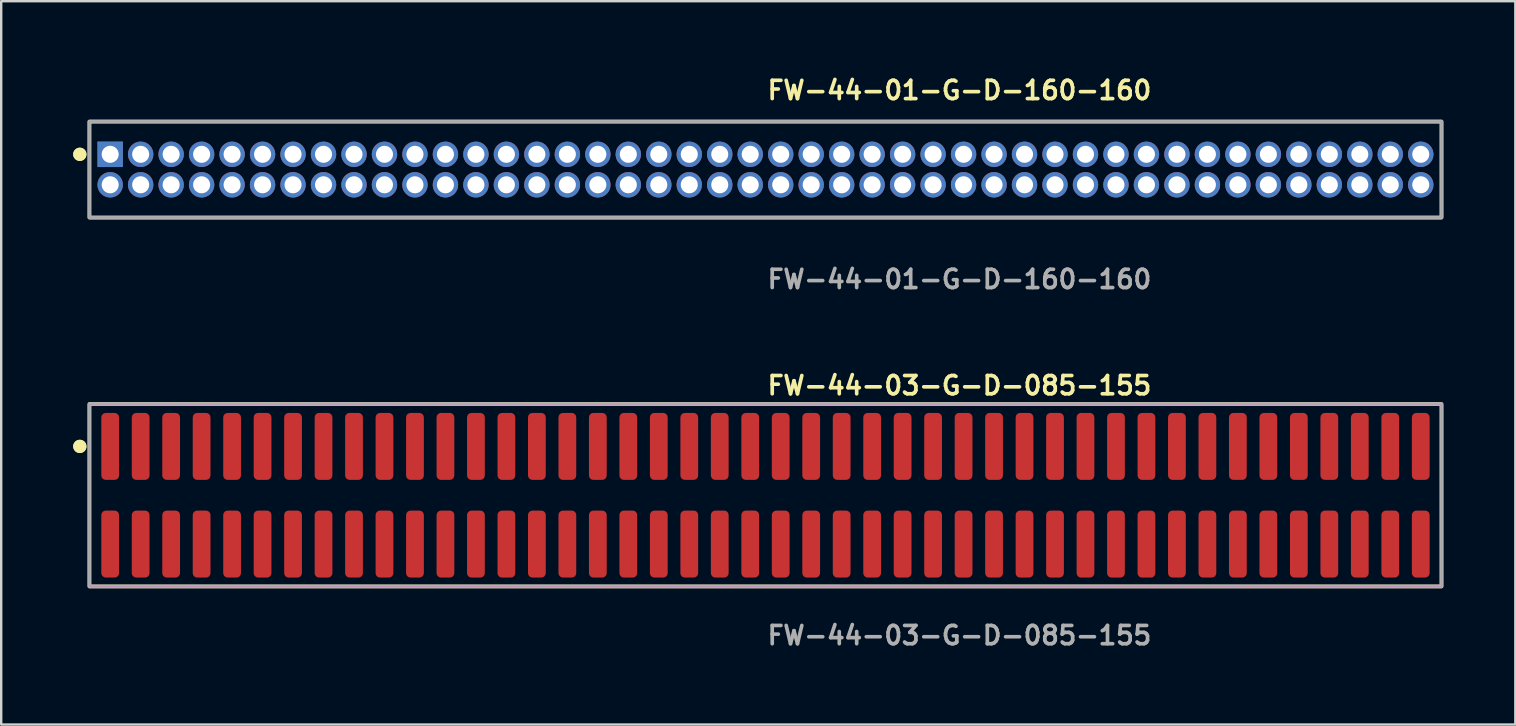
<source format=kicad_pcb>
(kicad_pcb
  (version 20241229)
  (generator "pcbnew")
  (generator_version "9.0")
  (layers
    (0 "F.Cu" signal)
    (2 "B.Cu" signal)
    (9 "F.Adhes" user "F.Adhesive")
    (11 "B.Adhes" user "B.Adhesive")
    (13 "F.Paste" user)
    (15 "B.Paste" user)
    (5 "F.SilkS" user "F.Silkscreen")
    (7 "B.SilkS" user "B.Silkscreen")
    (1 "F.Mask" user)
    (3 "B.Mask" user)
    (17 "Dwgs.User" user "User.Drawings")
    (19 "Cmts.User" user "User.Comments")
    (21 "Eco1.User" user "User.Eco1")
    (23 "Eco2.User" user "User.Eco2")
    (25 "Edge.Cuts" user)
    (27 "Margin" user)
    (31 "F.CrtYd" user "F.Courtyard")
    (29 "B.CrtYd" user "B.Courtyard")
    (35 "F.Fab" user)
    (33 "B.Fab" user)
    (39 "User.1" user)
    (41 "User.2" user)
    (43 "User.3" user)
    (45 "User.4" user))
  (footprint "FW-44-01-G-D-160-160"
    (layer "F.Cu")
    (at 28.846 4.015)
    (property "Reference" "FW-44-01-G-D-160-160" (at 0 -3.302 0) (unlocked yes) (layer "F.SilkS") (effects (font (size 0.762 0.762) (thickness 0.152)) (justify left)))
    (fp_rect (start -28.17 2) (end 28.17 -2) (stroke (width 0.152) (type solid)) (fill no) (layer "F.SilkS"))
    (fp_circle (center -28.57 -0.635) (end -28.77 -0.635) (stroke (width 0.152) (type solid)) (fill yes) (layer "F.SilkS"))
    (fp_circle (center -28.57 -0.635) (end -28.77 -0.635) (stroke (width 0.152) (type solid)) (fill yes) (layer "F.SilkS"))
    (fp_rect (start -28.17 2) (end 28.17 -2) (stroke (width 0.006) (type solid)) (fill no) (layer "F.CrtYd"))
    (fp_rect (start -28.17 2) (end 28.17 -2) (stroke (width 0.152) (type solid)) (fill no) (layer "F.Fab"))
    (fp_text user "${REFERENCE}" (at 0 4.572 0) (unlocked yes) (layer "F.Fab") (effects (font (size 0.762 0.762) (thickness 0.152)) (justify left)))
    (pad "1" thru_hole rect (at -27.305 -0.635) (size 1.06 1.06) (drill 0.71) (layers "*.Cu" "*.Mask"))
    (pad "2" thru_hole circle (at -27.305 0.635) (size 1.06 1.06) (drill 0.71) (layers "*.Cu" "*.Mask"))
    (pad "3" thru_hole circle (at -26.035 -0.635) (size 1.06 1.06) (drill 0.71) (layers "*.Cu" "*.Mask"))
    (pad "4" thru_hole circle (at -26.035 0.635) (size 1.06 1.06) (drill 0.71) (layers "*.Cu" "*.Mask"))
    (pad "5" thru_hole circle (at -24.765 -0.635) (size 1.06 1.06) (drill 0.71) (layers "*.Cu" "*.Mask"))
    (pad "6" thru_hole circle (at -24.765 0.635) (size 1.06 1.06) (drill 0.71) (layers "*.Cu" "*.Mask"))
    (pad "7" thru_hole circle (at -23.495 -0.635) (size 1.06 1.06) (drill 0.71) (layers "*.Cu" "*.Mask"))
    (pad "8" thru_hole circle (at -23.495 0.635) (size 1.06 1.06) (drill 0.71) (layers "*.Cu" "*.Mask"))
    (pad "9" thru_hole circle (at -22.225 -0.635) (size 1.06 1.06) (drill 0.71) (layers "*.Cu" "*.Mask"))
    (pad "10" thru_hole circle (at -22.225 0.635) (size 1.06 1.06) (drill 0.71) (layers "*.Cu" "*.Mask"))
    (pad "11" thru_hole circle (at -20.955 -0.635) (size 1.06 1.06) (drill 0.71) (layers "*.Cu" "*.Mask"))
    (pad "12" thru_hole circle (at -20.955 0.635) (size 1.06 1.06) (drill 0.71) (layers "*.Cu" "*.Mask"))
    (pad "13" thru_hole circle (at -19.685 -0.635) (size 1.06 1.06) (drill 0.71) (layers "*.Cu" "*.Mask"))
    (pad "14" thru_hole circle (at -19.685 0.635) (size 1.06 1.06) (drill 0.71) (layers "*.Cu" "*.Mask"))
    (pad "15" thru_hole circle (at -18.415 -0.635) (size 1.06 1.06) (drill 0.71) (layers "*.Cu" "*.Mask"))
    (pad "16" thru_hole circle (at -18.415 0.635) (size 1.06 1.06) (drill 0.71) (layers "*.Cu" "*.Mask"))
    (pad "17" thru_hole circle (at -17.145 -0.635) (size 1.06 1.06) (drill 0.71) (layers "*.Cu" "*.Mask"))
    (pad "18" thru_hole circle (at -17.145 0.635) (size 1.06 1.06) (drill 0.71) (layers "*.Cu" "*.Mask"))
    (pad "19" thru_hole circle (at -15.875 -0.635) (size 1.06 1.06) (drill 0.71) (layers "*.Cu" "*.Mask"))
    (pad "20" thru_hole circle (at -15.875 0.635) (size 1.06 1.06) (drill 0.71) (layers "*.Cu" "*.Mask"))
    (pad "21" thru_hole circle (at -14.605 -0.635) (size 1.06 1.06) (drill 0.71) (layers "*.Cu" "*.Mask"))
    (pad "22" thru_hole circle (at -14.605 0.635) (size 1.06 1.06) (drill 0.71) (layers "*.Cu" "*.Mask"))
    (pad "23" thru_hole circle (at -13.335 -0.635) (size 1.06 1.06) (drill 0.71) (layers "*.Cu" "*.Mask"))
    (pad "24" thru_hole circle (at -13.335 0.635) (size 1.06 1.06) (drill 0.71) (layers "*.Cu" "*.Mask"))
    (pad "25" thru_hole circle (at -12.065 -0.635) (size 1.06 1.06) (drill 0.71) (layers "*.Cu" "*.Mask"))
    (pad "26" thru_hole circle (at -12.065 0.635) (size 1.06 1.06) (drill 0.71) (layers "*.Cu" "*.Mask"))
    (pad "27" thru_hole circle (at -10.795 -0.635) (size 1.06 1.06) (drill 0.71) (layers "*.Cu" "*.Mask"))
    (pad "28" thru_hole circle (at -10.795 0.635) (size 1.06 1.06) (drill 0.71) (layers "*.Cu" "*.Mask"))
    (pad "29" thru_hole circle (at -9.525 -0.635) (size 1.06 1.06) (drill 0.71) (layers "*.Cu" "*.Mask"))
    (pad "30" thru_hole circle (at -9.525 0.635) (size 1.06 1.06) (drill 0.71) (layers "*.Cu" "*.Mask"))
    (pad "31" thru_hole circle (at -8.255 -0.635) (size 1.06 1.06) (drill 0.71) (layers "*.Cu" "*.Mask"))
    (pad "32" thru_hole circle (at -8.255 0.635) (size 1.06 1.06) (drill 0.71) (layers "*.Cu" "*.Mask"))
    (pad "33" thru_hole circle (at -6.985 -0.635) (size 1.06 1.06) (drill 0.71) (layers "*.Cu" "*.Mask"))
    (pad "34" thru_hole circle (at -6.985 0.635) (size 1.06 1.06) (drill 0.71) (layers "*.Cu" "*.Mask"))
    (pad "35" thru_hole circle (at -5.715 -0.635) (size 1.06 1.06) (drill 0.71) (layers "*.Cu" "*.Mask"))
    (pad "36" thru_hole circle (at -5.715 0.635) (size 1.06 1.06) (drill 0.71) (layers "*.Cu" "*.Mask"))
    (pad "37" thru_hole circle (at -4.445 -0.635) (size 1.06 1.06) (drill 0.71) (layers "*.Cu" "*.Mask"))
    (pad "38" thru_hole circle (at -4.445 0.635) (size 1.06 1.06) (drill 0.71) (layers "*.Cu" "*.Mask"))
    (pad "39" thru_hole circle (at -3.175 -0.635) (size 1.06 1.06) (drill 0.71) (layers "*.Cu" "*.Mask"))
    (pad "40" thru_hole circle (at -3.175 0.635) (size 1.06 1.06) (drill 0.71) (layers "*.Cu" "*.Mask"))
    (pad "41" thru_hole circle (at -1.905 -0.635) (size 1.06 1.06) (drill 0.71) (layers "*.Cu" "*.Mask"))
    (pad "42" thru_hole circle (at -1.905 0.635) (size 1.06 1.06) (drill 0.71) (layers "*.Cu" "*.Mask"))
    (pad "43" thru_hole circle (at -0.635 -0.635) (size 1.06 1.06) (drill 0.71) (layers "*.Cu" "*.Mask"))
    (pad "44" thru_hole circle (at -0.635 0.635) (size 1.06 1.06) (drill 0.71) (layers "*.Cu" "*.Mask"))
    (pad "45" thru_hole circle (at 0.635 -0.635) (size 1.06 1.06) (drill 0.71) (layers "*.Cu" "*.Mask"))
    (pad "46" thru_hole circle (at 0.635 0.635) (size 1.06 1.06) (drill 0.71) (layers "*.Cu" "*.Mask"))
    (pad "47" thru_hole circle (at 1.905 -0.635) (size 1.06 1.06) (drill 0.71) (layers "*.Cu" "*.Mask"))
    (pad "48" thru_hole circle (at 1.905 0.635) (size 1.06 1.06) (drill 0.71) (layers "*.Cu" "*.Mask"))
    (pad "49" thru_hole circle (at 3.175 -0.635) (size 1.06 1.06) (drill 0.71) (layers "*.Cu" "*.Mask"))
    (pad "50" thru_hole circle (at 3.175 0.635) (size 1.06 1.06) (drill 0.71) (layers "*.Cu" "*.Mask"))
    (pad "51" thru_hole circle (at 4.445 -0.635) (size 1.06 1.06) (drill 0.71) (layers "*.Cu" "*.Mask"))
    (pad "52" thru_hole circle (at 4.445 0.635) (size 1.06 1.06) (drill 0.71) (layers "*.Cu" "*.Mask"))
    (pad "53" thru_hole circle (at 5.715 -0.635) (size 1.06 1.06) (drill 0.71) (layers "*.Cu" "*.Mask"))
    (pad "54" thru_hole circle (at 5.715 0.635) (size 1.06 1.06) (drill 0.71) (layers "*.Cu" "*.Mask"))
    (pad "55" thru_hole circle (at 6.985 -0.635) (size 1.06 1.06) (drill 0.71) (layers "*.Cu" "*.Mask"))
    (pad "56" thru_hole circle (at 6.985 0.635) (size 1.06 1.06) (drill 0.71) (layers "*.Cu" "*.Mask"))
    (pad "57" thru_hole circle (at 8.255 -0.635) (size 1.06 1.06) (drill 0.71) (layers "*.Cu" "*.Mask"))
    (pad "58" thru_hole circle (at 8.255 0.635) (size 1.06 1.06) (drill 0.71) (layers "*.Cu" "*.Mask"))
    (pad "59" thru_hole circle (at 9.525 -0.635) (size 1.06 1.06) (drill 0.71) (layers "*.Cu" "*.Mask"))
    (pad "60" thru_hole circle (at 9.525 0.635) (size 1.06 1.06) (drill 0.71) (layers "*.Cu" "*.Mask"))
    (pad "61" thru_hole circle (at 10.795 -0.635) (size 1.06 1.06) (drill 0.71) (layers "*.Cu" "*.Mask"))
    (pad "62" thru_hole circle (at 10.795 0.635) (size 1.06 1.06) (drill 0.71) (layers "*.Cu" "*.Mask"))
    (pad "63" thru_hole circle (at 12.065 -0.635) (size 1.06 1.06) (drill 0.71) (layers "*.Cu" "*.Mask"))
    (pad "64" thru_hole circle (at 12.065 0.635) (size 1.06 1.06) (drill 0.71) (layers "*.Cu" "*.Mask"))
    (pad "65" thru_hole circle (at 13.335 -0.635) (size 1.06 1.06) (drill 0.71) (layers "*.Cu" "*.Mask"))
    (pad "66" thru_hole circle (at 13.335 0.635) (size 1.06 1.06) (drill 0.71) (layers "*.Cu" "*.Mask"))
    (pad "67" thru_hole circle (at 14.605 -0.635) (size 1.06 1.06) (drill 0.71) (layers "*.Cu" "*.Mask"))
    (pad "68" thru_hole circle (at 14.605 0.635) (size 1.06 1.06) (drill 0.71) (layers "*.Cu" "*.Mask"))
    (pad "69" thru_hole circle (at 15.875 -0.635) (size 1.06 1.06) (drill 0.71) (layers "*.Cu" "*.Mask"))
    (pad "70" thru_hole circle (at 15.875 0.635) (size 1.06 1.06) (drill 0.71) (layers "*.Cu" "*.Mask"))
    (pad "71" thru_hole circle (at 17.145 -0.635) (size 1.06 1.06) (drill 0.71) (layers "*.Cu" "*.Mask"))
    (pad "72" thru_hole circle (at 17.145 0.635) (size 1.06 1.06) (drill 0.71) (layers "*.Cu" "*.Mask"))
    (pad "73" thru_hole circle (at 18.415 -0.635) (size 1.06 1.06) (drill 0.71) (layers "*.Cu" "*.Mask"))
    (pad "74" thru_hole circle (at 18.415 0.635) (size 1.06 1.06) (drill 0.71) (layers "*.Cu" "*.Mask"))
    (pad "75" thru_hole circle (at 19.685 -0.635) (size 1.06 1.06) (drill 0.71) (layers "*.Cu" "*.Mask"))
    (pad "76" thru_hole circle (at 19.685 0.635) (size 1.06 1.06) (drill 0.71) (layers "*.Cu" "*.Mask"))
    (pad "77" thru_hole circle (at 20.955 -0.635) (size 1.06 1.06) (drill 0.71) (layers "*.Cu" "*.Mask"))
    (pad "78" thru_hole circle (at 20.955 0.635) (size 1.06 1.06) (drill 0.71) (layers "*.Cu" "*.Mask"))
    (pad "79" thru_hole circle (at 22.225 -0.635) (size 1.06 1.06) (drill 0.71) (layers "*.Cu" "*.Mask"))
    (pad "80" thru_hole circle (at 22.225 0.635) (size 1.06 1.06) (drill 0.71) (layers "*.Cu" "*.Mask"))
    (pad "81" thru_hole circle (at 23.495 -0.635) (size 1.06 1.06) (drill 0.71) (layers "*.Cu" "*.Mask"))
    (pad "82" thru_hole circle (at 23.495 0.635) (size 1.06 1.06) (drill 0.71) (layers "*.Cu" "*.Mask"))
    (pad "83" thru_hole circle (at 24.765 -0.635) (size 1.06 1.06) (drill 0.71) (layers "*.Cu" "*.Mask"))
    (pad "84" thru_hole circle (at 24.765 0.635) (size 1.06 1.06) (drill 0.71) (layers "*.Cu" "*.Mask"))
    (pad "85" thru_hole circle (at 26.035 -0.635) (size 1.06 1.06) (drill 0.71) (layers "*.Cu" "*.Mask"))
    (pad "86" thru_hole circle (at 26.035 0.635) (size 1.06 1.06) (drill 0.71) (layers "*.Cu" "*.Mask"))
    (pad "87" thru_hole circle (at 27.305 -0.635) (size 1.06 1.06) (drill 0.71) (layers "*.Cu" "*.Mask"))
    (pad "88" thru_hole circle (at 27.305 0.635) (size 1.06 1.06) (drill 0.71) (layers "*.Cu" "*.Mask")))
  (footprint "FW-44-03-G-D-085-155"
    (layer "F.Cu")
    (at 28.846 17.586)
    (property "Reference" "FW-44-03-G-D-085-155" (at 0 -4.572 0) (unlocked yes) (layer "F.SilkS") (effects (font (size 0.762 0.762) (thickness 0.152)) (justify left)))
    (fp_rect (start -28.17 3.8) (end 28.17 -3.8) (stroke (width 0.152) (type solid)) (fill no) (layer "F.SilkS"))
    (fp_circle (center -28.57 -2.035) (end -28.77 -2.035) (stroke (width 0.152) (type solid)) (fill yes) (layer "F.SilkS"))
    (fp_circle (center -28.57 -2.035) (end -28.77 -2.035) (stroke (width 0.152) (type solid)) (fill yes) (layer "F.SilkS"))
    (fp_rect (start -28.17 3.8) (end 28.17 -3.8) (stroke (width 0.006) (type solid)) (fill no) (layer "F.CrtYd"))
    (fp_rect (start -28.17 3.8) (end 28.17 -3.8) (stroke (width 0.152) (type solid)) (fill no) (layer "F.Fab"))
    (fp_text user "${REFERENCE}" (at 0 5.842 0) (unlocked yes) (layer "F.Fab") (effects (font (size 0.762 0.762) (thickness 0.152)) (justify left)))
    (pad "1" smd roundrect (at -27.305 -2.035) (size 0.74 2.79) (layers "F.Cu" "F.Paste") (roundrect_rratio 0.25))
    (pad "2" smd roundrect (at -27.305 2.035) (size 0.74 2.79) (layers "F.Cu" "F.Paste") (roundrect_rratio 0.25))
    (pad "3" smd roundrect (at -26.035 -2.035) (size 0.74 2.79) (layers "F.Cu" "F.Paste") (roundrect_rratio 0.25))
    (pad "4" smd roundrect (at -26.035 2.035) (size 0.74 2.79) (layers "F.Cu" "F.Paste") (roundrect_rratio 0.25))
    (pad "5" smd roundrect (at -24.765 -2.035) (size 0.74 2.79) (layers "F.Cu" "F.Paste") (roundrect_rratio 0.25))
    (pad "6" smd roundrect (at -24.765 2.035) (size 0.74 2.79) (layers "F.Cu" "F.Paste") (roundrect_rratio 0.25))
    (pad "7" smd roundrect (at -23.495 -2.035) (size 0.74 2.79) (layers "F.Cu" "F.Paste") (roundrect_rratio 0.25))
    (pad "8" smd roundrect (at -23.495 2.035) (size 0.74 2.79) (layers "F.Cu" "F.Paste") (roundrect_rratio 0.25))
    (pad "9" smd roundrect (at -22.225 -2.035) (size 0.74 2.79) (layers "F.Cu" "F.Paste") (roundrect_rratio 0.25))
    (pad "10" smd roundrect (at -22.225 2.035) (size 0.74 2.79) (layers "F.Cu" "F.Paste") (roundrect_rratio 0.25))
    (pad "11" smd roundrect (at -20.955 -2.035) (size 0.74 2.79) (layers "F.Cu" "F.Paste") (roundrect_rratio 0.25))
    (pad "12" smd roundrect (at -20.955 2.035) (size 0.74 2.79) (layers "F.Cu" "F.Paste") (roundrect_rratio 0.25))
    (pad "13" smd roundrect (at -19.685 -2.035) (size 0.74 2.79) (layers "F.Cu" "F.Paste") (roundrect_rratio 0.25))
    (pad "14" smd roundrect (at -19.685 2.035) (size 0.74 2.79) (layers "F.Cu" "F.Paste") (roundrect_rratio 0.25))
    (pad "15" smd roundrect (at -18.415 -2.035) (size 0.74 2.79) (layers "F.Cu" "F.Paste") (roundrect_rratio 0.25))
    (pad "16" smd roundrect (at -18.415 2.035) (size 0.74 2.79) (layers "F.Cu" "F.Paste") (roundrect_rratio 0.25))
    (pad "17" smd roundrect (at -17.145 -2.035) (size 0.74 2.79) (layers "F.Cu" "F.Paste") (roundrect_rratio 0.25))
    (pad "18" smd roundrect (at -17.145 2.035) (size 0.74 2.79) (layers "F.Cu" "F.Paste") (roundrect_rratio 0.25))
    (pad "19" smd roundrect (at -15.875 -2.035) (size 0.74 2.79) (layers "F.Cu" "F.Paste") (roundrect_rratio 0.25))
    (pad "20" smd roundrect (at -15.875 2.035) (size 0.74 2.79) (layers "F.Cu" "F.Paste") (roundrect_rratio 0.25))
    (pad "21" smd roundrect (at -14.605 -2.035) (size 0.74 2.79) (layers "F.Cu" "F.Paste") (roundrect_rratio 0.25))
    (pad "22" smd roundrect (at -14.605 2.035) (size 0.74 2.79) (layers "F.Cu" "F.Paste") (roundrect_rratio 0.25))
    (pad "23" smd roundrect (at -13.335 -2.035) (size 0.74 2.79) (layers "F.Cu" "F.Paste") (roundrect_rratio 0.25))
    (pad "24" smd roundrect (at -13.335 2.035) (size 0.74 2.79) (layers "F.Cu" "F.Paste") (roundrect_rratio 0.25))
    (pad "25" smd roundrect (at -12.065 -2.035) (size 0.74 2.79) (layers "F.Cu" "F.Paste") (roundrect_rratio 0.25))
    (pad "26" smd roundrect (at -12.065 2.035) (size 0.74 2.79) (layers "F.Cu" "F.Paste") (roundrect_rratio 0.25))
    (pad "27" smd roundrect (at -10.795 -2.035) (size 0.74 2.79) (layers "F.Cu" "F.Paste") (roundrect_rratio 0.25))
    (pad "28" smd roundrect (at -10.795 2.035) (size 0.74 2.79) (layers "F.Cu" "F.Paste") (roundrect_rratio 0.25))
    (pad "29" smd roundrect (at -9.525 -2.035) (size 0.74 2.79) (layers "F.Cu" "F.Paste") (roundrect_rratio 0.25))
    (pad "30" smd roundrect (at -9.525 2.035) (size 0.74 2.79) (layers "F.Cu" "F.Paste") (roundrect_rratio 0.25))
    (pad "31" smd roundrect (at -8.255 -2.035) (size 0.74 2.79) (layers "F.Cu" "F.Paste") (roundrect_rratio 0.25))
    (pad "32" smd roundrect (at -8.255 2.035) (size 0.74 2.79) (layers "F.Cu" "F.Paste") (roundrect_rratio 0.25))
    (pad "33" smd roundrect (at -6.985 -2.035) (size 0.74 2.79) (layers "F.Cu" "F.Paste") (roundrect_rratio 0.25))
    (pad "34" smd roundrect (at -6.985 2.035) (size 0.74 2.79) (layers "F.Cu" "F.Paste") (roundrect_rratio 0.25))
    (pad "35" smd roundrect (at -5.715 -2.035) (size 0.74 2.79) (layers "F.Cu" "F.Paste") (roundrect_rratio 0.25))
    (pad "36" smd roundrect (at -5.715 2.035) (size 0.74 2.79) (layers "F.Cu" "F.Paste") (roundrect_rratio 0.25))
    (pad "37" smd roundrect (at -4.445 -2.035) (size 0.74 2.79) (layers "F.Cu" "F.Paste") (roundrect_rratio 0.25))
    (pad "38" smd roundrect (at -4.445 2.035) (size 0.74 2.79) (layers "F.Cu" "F.Paste") (roundrect_rratio 0.25))
    (pad "39" smd roundrect (at -3.175 -2.035) (size 0.74 2.79) (layers "F.Cu" "F.Paste") (roundrect_rratio 0.25))
    (pad "40" smd roundrect (at -3.175 2.035) (size 0.74 2.79) (layers "F.Cu" "F.Paste") (roundrect_rratio 0.25))
    (pad "41" smd roundrect (at -1.905 -2.035) (size 0.74 2.79) (layers "F.Cu" "F.Paste") (roundrect_rratio 0.25))
    (pad "42" smd roundrect (at -1.905 2.035) (size 0.74 2.79) (layers "F.Cu" "F.Paste") (roundrect_rratio 0.25))
    (pad "43" smd roundrect (at -0.635 -2.035) (size 0.74 2.79) (layers "F.Cu" "F.Paste") (roundrect_rratio 0.25))
    (pad "44" smd roundrect (at -0.635 2.035) (size 0.74 2.79) (layers "F.Cu" "F.Paste") (roundrect_rratio 0.25))
    (pad "45" smd roundrect (at 0.635 -2.035) (size 0.74 2.79) (layers "F.Cu" "F.Paste") (roundrect_rratio 0.25))
    (pad "46" smd roundrect (at 0.635 2.035) (size 0.74 2.79) (layers "F.Cu" "F.Paste") (roundrect_rratio 0.25))
    (pad "47" smd roundrect (at 1.905 -2.035) (size 0.74 2.79) (layers "F.Cu" "F.Paste") (roundrect_rratio 0.25))
    (pad "48" smd roundrect (at 1.905 2.035) (size 0.74 2.79) (layers "F.Cu" "F.Paste") (roundrect_rratio 0.25))
    (pad "49" smd roundrect (at 3.175 -2.035) (size 0.74 2.79) (layers "F.Cu" "F.Paste") (roundrect_rratio 0.25))
    (pad "50" smd roundrect (at 3.175 2.035) (size 0.74 2.79) (layers "F.Cu" "F.Paste") (roundrect_rratio 0.25))
    (pad "51" smd roundrect (at 4.445 -2.035) (size 0.74 2.79) (layers "F.Cu" "F.Paste") (roundrect_rratio 0.25))
    (pad "52" smd roundrect (at 4.445 2.035) (size 0.74 2.79) (layers "F.Cu" "F.Paste") (roundrect_rratio 0.25))
    (pad "53" smd roundrect (at 5.715 -2.035) (size 0.74 2.79) (layers "F.Cu" "F.Paste") (roundrect_rratio 0.25))
    (pad "54" smd roundrect (at 5.715 2.035) (size 0.74 2.79) (layers "F.Cu" "F.Paste") (roundrect_rratio 0.25))
    (pad "55" smd roundrect (at 6.985 -2.035) (size 0.74 2.79) (layers "F.Cu" "F.Paste") (roundrect_rratio 0.25))
    (pad "56" smd roundrect (at 6.985 2.035) (size 0.74 2.79) (layers "F.Cu" "F.Paste") (roundrect_rratio 0.25))
    (pad "57" smd roundrect (at 8.255 -2.035) (size 0.74 2.79) (layers "F.Cu" "F.Paste") (roundrect_rratio 0.25))
    (pad "58" smd roundrect (at 8.255 2.035) (size 0.74 2.79) (layers "F.Cu" "F.Paste") (roundrect_rratio 0.25))
    (pad "59" smd roundrect (at 9.525 -2.035) (size 0.74 2.79) (layers "F.Cu" "F.Paste") (roundrect_rratio 0.25))
    (pad "60" smd roundrect (at 9.525 2.035) (size 0.74 2.79) (layers "F.Cu" "F.Paste") (roundrect_rratio 0.25))
    (pad "61" smd roundrect (at 10.795 -2.035) (size 0.74 2.79) (layers "F.Cu" "F.Paste") (roundrect_rratio 0.25))
    (pad "62" smd roundrect (at 10.795 2.035) (size 0.74 2.79) (layers "F.Cu" "F.Paste") (roundrect_rratio 0.25))
    (pad "63" smd roundrect (at 12.065 -2.035) (size 0.74 2.79) (layers "F.Cu" "F.Paste") (roundrect_rratio 0.25))
    (pad "64" smd roundrect (at 12.065 2.035) (size 0.74 2.79) (layers "F.Cu" "F.Paste") (roundrect_rratio 0.25))
    (pad "65" smd roundrect (at 13.335 -2.035) (size 0.74 2.79) (layers "F.Cu" "F.Paste") (roundrect_rratio 0.25))
    (pad "66" smd roundrect (at 13.335 2.035) (size 0.74 2.79) (layers "F.Cu" "F.Paste") (roundrect_rratio 0.25))
    (pad "67" smd roundrect (at 14.605 -2.035) (size 0.74 2.79) (layers "F.Cu" "F.Paste") (roundrect_rratio 0.25))
    (pad "68" smd roundrect (at 14.605 2.035) (size 0.74 2.79) (layers "F.Cu" "F.Paste") (roundrect_rratio 0.25))
    (pad "69" smd roundrect (at 15.875 -2.035) (size 0.74 2.79) (layers "F.Cu" "F.Paste") (roundrect_rratio 0.25))
    (pad "70" smd roundrect (at 15.875 2.035) (size 0.74 2.79) (layers "F.Cu" "F.Paste") (roundrect_rratio 0.25))
    (pad "71" smd roundrect (at 17.145 -2.035) (size 0.74 2.79) (layers "F.Cu" "F.Paste") (roundrect_rratio 0.25))
    (pad "72" smd roundrect (at 17.145 2.035) (size 0.74 2.79) (layers "F.Cu" "F.Paste") (roundrect_rratio 0.25))
    (pad "73" smd roundrect (at 18.415 -2.035) (size 0.74 2.79) (layers "F.Cu" "F.Paste") (roundrect_rratio 0.25))
    (pad "74" smd roundrect (at 18.415 2.035) (size 0.74 2.79) (layers "F.Cu" "F.Paste") (roundrect_rratio 0.25))
    (pad "75" smd roundrect (at 19.685 -2.035) (size 0.74 2.79) (layers "F.Cu" "F.Paste") (roundrect_rratio 0.25))
    (pad "76" smd roundrect (at 19.685 2.035) (size 0.74 2.79) (layers "F.Cu" "F.Paste") (roundrect_rratio 0.25))
    (pad "77" smd roundrect (at 20.955 -2.035) (size 0.74 2.79) (layers "F.Cu" "F.Paste") (roundrect_rratio 0.25))
    (pad "78" smd roundrect (at 20.955 2.035) (size 0.74 2.79) (layers "F.Cu" "F.Paste") (roundrect_rratio 0.25))
    (pad "79" smd roundrect (at 22.225 -2.035) (size 0.74 2.79) (layers "F.Cu" "F.Paste") (roundrect_rratio 0.25))
    (pad "80" smd roundrect (at 22.225 2.035) (size 0.74 2.79) (layers "F.Cu" "F.Paste") (roundrect_rratio 0.25))
    (pad "81" smd roundrect (at 23.495 -2.035) (size 0.74 2.79) (layers "F.Cu" "F.Paste") (roundrect_rratio 0.25))
    (pad "82" smd roundrect (at 23.495 2.035) (size 0.74 2.79) (layers "F.Cu" "F.Paste") (roundrect_rratio 0.25))
    (pad "83" smd roundrect (at 24.765 -2.035) (size 0.74 2.79) (layers "F.Cu" "F.Paste") (roundrect_rratio 0.25))
    (pad "84" smd roundrect (at 24.765 2.035) (size 0.74 2.79) (layers "F.Cu" "F.Paste") (roundrect_rratio 0.25))
    (pad "85" smd roundrect (at 26.035 -2.035) (size 0.74 2.79) (layers "F.Cu" "F.Paste") (roundrect_rratio 0.25))
    (pad "86" smd roundrect (at 26.035 2.035) (size 0.74 2.79) (layers "F.Cu" "F.Paste") (roundrect_rratio 0.25))
    (pad "87" smd roundrect (at 27.305 -2.035) (size 0.74 2.79) (layers "F.Cu" "F.Paste") (roundrect_rratio 0.25))
    (pad "88" smd roundrect (at 27.305 2.035) (size 0.74 2.79) (layers "F.Cu" "F.Paste") (roundrect_rratio 0.25)))
  (gr_rect
    (start -3 -3)
    (end 60.092 27.141)
    (stroke (width 0.1) (type default))
    (fill no)
    (layer "Edge.Cuts")))
</source>
